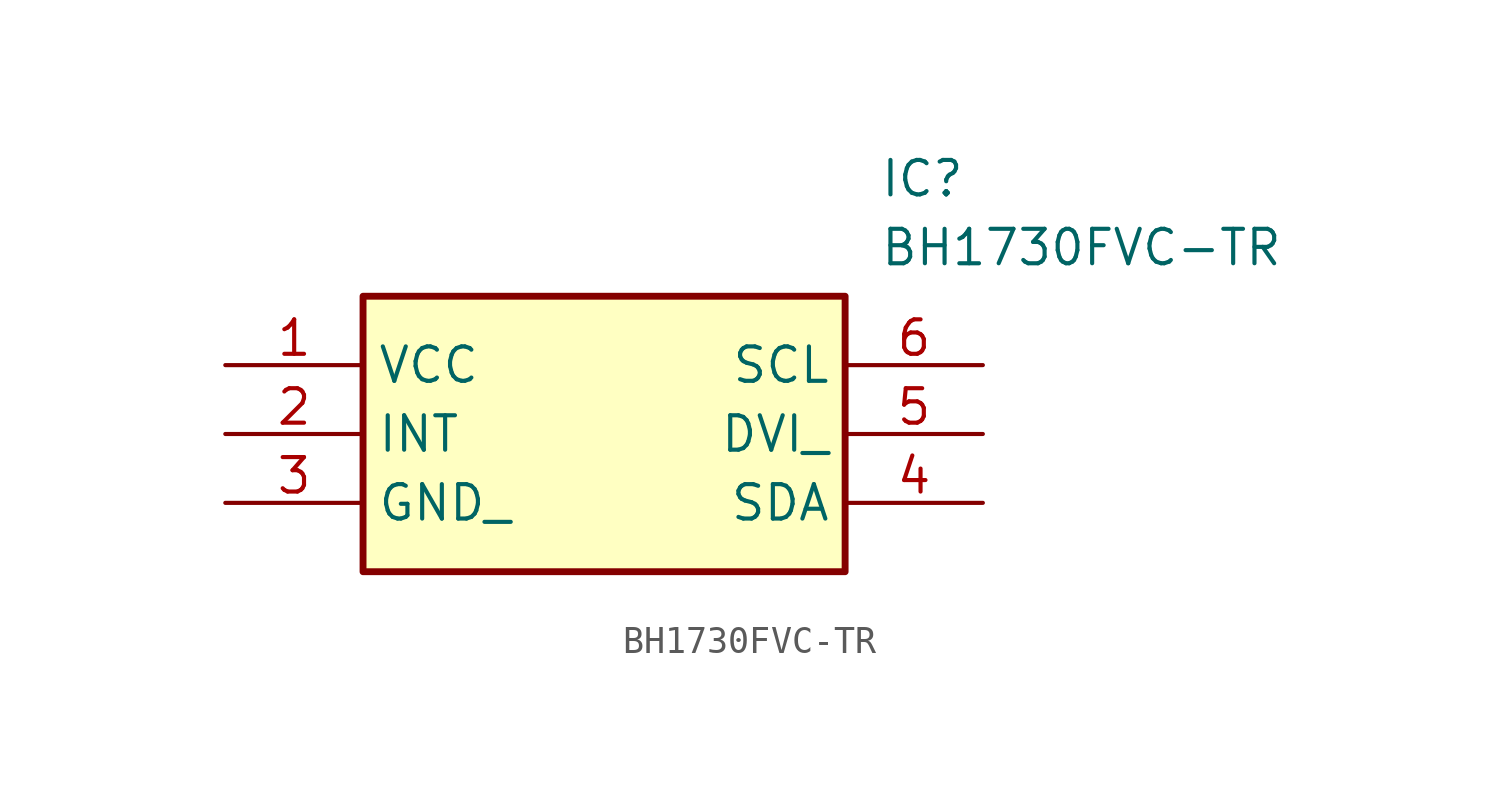
<source format=kicad_sym>
(kicad_symbol_lib
  (version 20211014)
  (generator SamacSys_ECAD_Model)
  (symbol "BH1730FVC-TR"
    (property "Reference" "IC"
      (at 24.13 7.62 0)
      (effects (font (size 1.27 1.27)) (justify left top)))
    (property "Value" "BH1730FVC-TR"
      (at 24.13 5.08 0)
      (effects (font (size 1.27 1.27)) (justify left top)))
    (rectangle
      (start 5.08 2.54)
      (end 22.86 -7.62)
      (stroke (width 0.254) (type default))
      (fill (type background)))
    (pin passive line
      (at 0 0 0)
      (length 5.08)
      (name "VCC" (effects (font (size 1.27 1.27))))
      (number "1" (effects (font (size 1.27 1.27)))))
    (pin passive line
      (at 0 -2.54 0)
      (length 5.08)
      (name "INT" (effects (font (size 1.27 1.27))))
      (number "2" (effects (font (size 1.27 1.27)))))
    (pin passive line
      (at 0 -5.08 0)
      (length 5.08)
      (name "GND_" (effects (font (size 1.27 1.27))))
      (number "3" (effects (font (size 1.27 1.27)))))
    (pin passive line
      (at 27.94 -5.08 180)
      (length 5.08)
      (name "SDA" (effects (font (size 1.27 1.27))))
      (number "4" (effects (font (size 1.27 1.27)))))
    (pin passive line
      (at 27.94 -2.54 180)
      (length 5.08)
      (name "DVI_" (effects (font (size 1.27 1.27))))
      (number "5" (effects (font (size 1.27 1.27)))))
    (pin passive line
      (at 27.94 0 180)
      (length 5.08)
      (name "SCL" (effects (font (size 1.27 1.27))))
      (number "6" (effects (font (size 1.27 1.27)))))))
</source>
